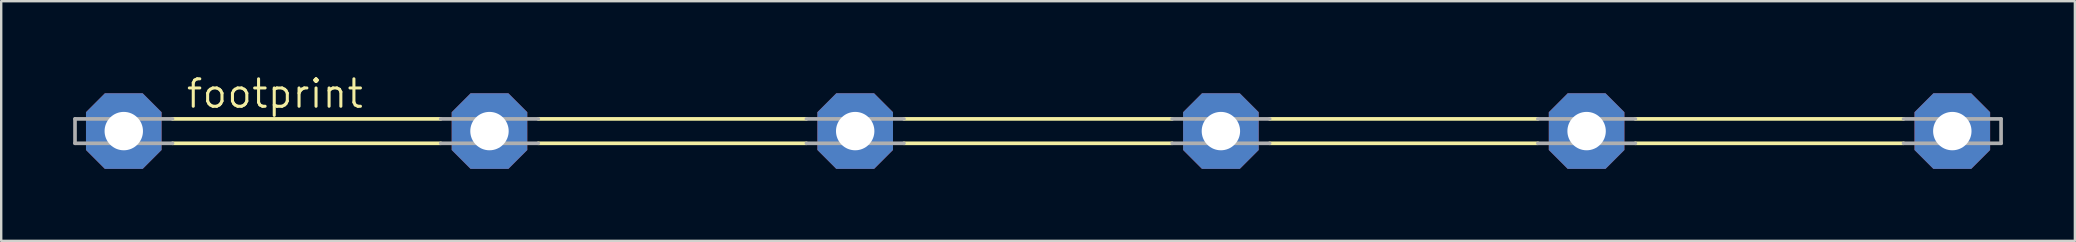
<source format=kicad_pcb>
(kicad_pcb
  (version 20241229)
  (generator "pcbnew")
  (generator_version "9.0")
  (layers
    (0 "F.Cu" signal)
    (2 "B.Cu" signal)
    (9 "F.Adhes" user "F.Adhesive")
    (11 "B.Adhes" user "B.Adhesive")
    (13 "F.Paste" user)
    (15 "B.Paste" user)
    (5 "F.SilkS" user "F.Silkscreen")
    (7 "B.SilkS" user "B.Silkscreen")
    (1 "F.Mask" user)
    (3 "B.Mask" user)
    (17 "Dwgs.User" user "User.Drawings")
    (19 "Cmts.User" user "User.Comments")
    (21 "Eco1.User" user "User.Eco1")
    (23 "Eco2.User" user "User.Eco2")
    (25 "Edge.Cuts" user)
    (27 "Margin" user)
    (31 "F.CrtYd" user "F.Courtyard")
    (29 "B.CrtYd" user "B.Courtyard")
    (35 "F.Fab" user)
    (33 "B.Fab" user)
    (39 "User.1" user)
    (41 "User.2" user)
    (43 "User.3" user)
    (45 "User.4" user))
  (footprint "footprint"
    (layer "F.Cu")
    (at 40.208 2.413)
    (property "Reference" "footprint" (at -35.56 -0.889 0) (layer "F.SilkS") (effects (font (size 1.143 1.143) (thickness 0.127)) (justify left bottom)))
    (fp_line (start -36.068 -0.508) (end -24.892 -0.508) (stroke (width 0.152) (type solid)) (layer "F.SilkS"))
    (fp_line (start -36.068 0.508) (end -24.892 0.508) (stroke (width 0.152) (type solid)) (layer "F.SilkS"))
    (fp_line (start -20.828 -0.508) (end -9.652 -0.508) (stroke (width 0.152) (type solid)) (layer "F.SilkS"))
    (fp_line (start -20.828 0.508) (end -9.652 0.508) (stroke (width 0.152) (type solid)) (layer "F.SilkS"))
    (fp_line (start -5.588 -0.508) (end 5.588 -0.508) (stroke (width 0.152) (type solid)) (layer "F.SilkS"))
    (fp_line (start -5.588 0.508) (end 5.588 0.508) (stroke (width 0.152) (type solid)) (layer "F.SilkS"))
    (fp_line (start 9.652 -0.508) (end 20.828 -0.508) (stroke (width 0.152) (type solid)) (layer "F.SilkS"))
    (fp_line (start 9.652 0.508) (end 20.828 0.508) (stroke (width 0.152) (type solid)) (layer "F.SilkS"))
    (fp_line (start 24.892 -0.508) (end 36.068 -0.508) (stroke (width 0.152) (type solid)) (layer "F.SilkS"))
    (fp_line (start 24.892 0.508) (end 36.068 0.508) (stroke (width 0.152) (type solid)) (layer "F.SilkS"))
    (fp_line (start -40.132 -0.508) (end -40.132 0.508) (stroke (width 0.152) (type solid)) (layer "F.Fab"))
    (fp_line (start -40.132 0.508) (end -36.068 0.508) (stroke (width 0.152) (type solid)) (layer "F.Fab"))
    (fp_line (start -36.068 -0.508) (end -40.132 -0.508) (stroke (width 0.152) (type solid)) (layer "F.Fab"))
    (fp_line (start -24.892 0.508) (end -20.828 0.508) (stroke (width 0.152) (type solid)) (layer "F.Fab"))
    (fp_line (start -20.828 -0.508) (end -24.892 -0.508) (stroke (width 0.152) (type solid)) (layer "F.Fab"))
    (fp_line (start -5.588 -0.508) (end -9.652 -0.508) (stroke (width 0.152) (type solid)) (layer "F.Fab"))
    (fp_line (start -5.588 0.508) (end -9.652 0.508) (stroke (width 0.152) (type solid)) (layer "F.Fab"))
    (fp_line (start 5.588 0.508) (end 9.652 0.508) (stroke (width 0.152) (type solid)) (layer "F.Fab"))
    (fp_line (start 9.652 -0.508) (end 5.588 -0.508) (stroke (width 0.152) (type solid)) (layer "F.Fab"))
    (fp_line (start 20.828 0.508) (end 24.892 0.508) (stroke (width 0.152) (type solid)) (layer "F.Fab"))
    (fp_line (start 24.892 -0.508) (end 20.828 -0.508) (stroke (width 0.152) (type solid)) (layer "F.Fab"))
    (fp_line (start 40.132 -0.508) (end 36.068 -0.508) (stroke (width 0.152) (type solid)) (layer "F.Fab"))
    (fp_line (start 40.132 -0.508) (end 40.132 0.508) (stroke (width 0.152) (type solid)) (layer "F.Fab"))
    (fp_line (start 40.132 0.508) (end 36.068 0.508) (stroke (width 0.152) (type solid)) (layer "F.Fab"))
    (pad "1" thru_hole roundrect (at -38.1 0) (size 3.15 3.15) (drill 1.6) (layers "*.Cu" "*.Mask") (roundrect_rratio 0.25) (chamfer_ratio 0.25) (chamfer top_left top_right bottom_left bottom_right))
    (pad "2" thru_hole roundrect (at -22.86 0) (size 3.15 3.15) (drill 1.6) (layers "*.Cu" "*.Mask") (roundrect_rratio 0.25) (chamfer_ratio 0.25) (chamfer top_left top_right bottom_left bottom_right))
    (pad "3" thru_hole roundrect (at -7.62 0) (size 3.15 3.15) (drill 1.6) (layers "*.Cu" "*.Mask") (roundrect_rratio 0.25) (chamfer_ratio 0.25) (chamfer top_left top_right bottom_left bottom_right))
    (pad "4" thru_hole roundrect (at 7.62 0) (size 3.15 3.15) (drill 1.6) (layers "*.Cu" "*.Mask") (roundrect_rratio 0.25) (chamfer_ratio 0.25) (chamfer top_left top_right bottom_left bottom_right))
    (pad "5" thru_hole roundrect (at 22.86 0) (size 3.15 3.15) (drill 1.6) (layers "*.Cu" "*.Mask") (roundrect_rratio 0.25) (chamfer_ratio 0.25) (chamfer top_left top_right bottom_left bottom_right))
    (pad "6" thru_hole roundrect (at 38.1 0) (size 3.15 3.15) (drill 1.6) (layers "*.Cu" "*.Mask") (roundrect_rratio 0.25) (chamfer_ratio 0.25) (chamfer top_left top_right bottom_left bottom_right)))
  (gr_rect
    (start -3 -3)
    (end 83.416 6.988)
    (stroke (width 0.1) (type default))
    (fill no)
    (layer "Edge.Cuts")))
</source>
